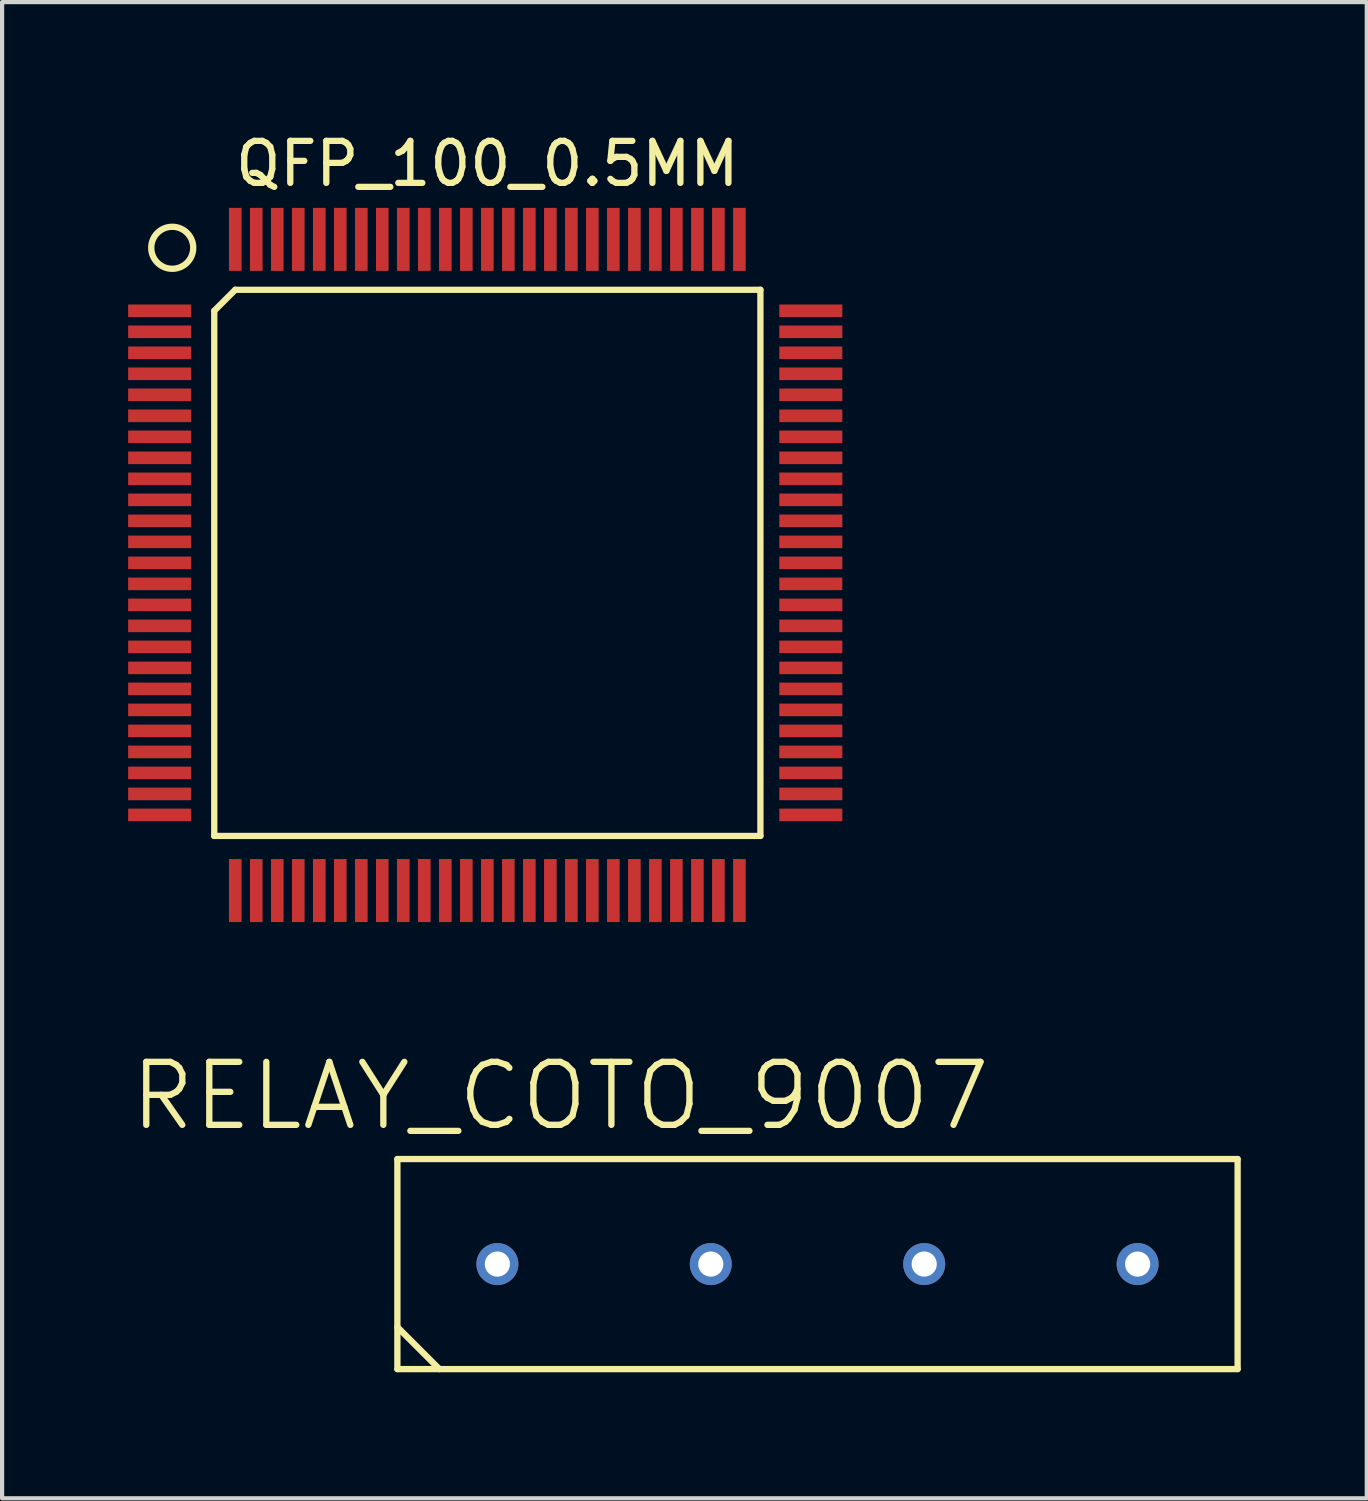
<source format=kicad_pcb>
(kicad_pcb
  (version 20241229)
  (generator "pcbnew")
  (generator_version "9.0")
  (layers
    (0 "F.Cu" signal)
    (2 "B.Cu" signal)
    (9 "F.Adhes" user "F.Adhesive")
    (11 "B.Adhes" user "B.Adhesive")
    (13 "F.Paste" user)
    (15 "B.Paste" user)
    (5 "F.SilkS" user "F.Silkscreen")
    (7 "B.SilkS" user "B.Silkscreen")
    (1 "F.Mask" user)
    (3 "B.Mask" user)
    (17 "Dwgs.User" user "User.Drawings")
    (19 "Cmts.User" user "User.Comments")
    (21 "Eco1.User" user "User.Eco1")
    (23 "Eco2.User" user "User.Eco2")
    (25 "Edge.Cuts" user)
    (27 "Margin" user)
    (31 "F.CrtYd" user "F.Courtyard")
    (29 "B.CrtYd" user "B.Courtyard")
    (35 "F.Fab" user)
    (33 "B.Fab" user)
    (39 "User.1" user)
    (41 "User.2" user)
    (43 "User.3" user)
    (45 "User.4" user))
  (footprint "QFP_100_0.5MM"
    (layer "F.Cu")
    (at 8.55 10.348)
    (property "Reference" "QFP_100_0.5MM" (at 0 -9.5 0) (layer "F.SilkS") (effects (font (size 1 1) (thickness 0.15))))
    (attr through_hole)
    (fp_line (start -6.5 -6) (end -6.5 6.5) (stroke (width 0.15) (type solid)) (layer "F.SilkS"))
    (fp_line (start -6.5 6.5) (end 6.5 6.5) (stroke (width 0.15) (type solid)) (layer "F.SilkS"))
    (fp_line (start -6 -6.5) (end -6.5 -6) (stroke (width 0.15) (type solid)) (layer "F.SilkS"))
    (fp_line (start 6.5 -6.5) (end -6 -6.5) (stroke (width 0.15) (type solid)) (layer "F.SilkS"))
    (fp_line (start 6.5 6.5) (end 6.5 -6.5) (stroke (width 0.15) (type solid)) (layer "F.SilkS"))
    (fp_circle (center -7.5 -7.5) (end -8 -7.5) (stroke (width 0.15) (type solid)) (fill no) (layer "F.SilkS"))
    (pad "1" smd rect (at -7.8 -6) (size 1.5 0.3) (layers "F.Cu" "F.Mask" "F.Paste"))
    (pad "2" smd rect (at -7.8 -5.5) (size 1.5 0.3) (layers "F.Cu" "F.Mask" "F.Paste"))
    (pad "3" smd rect (at -7.8 -5) (size 1.5 0.3) (layers "F.Cu" "F.Mask" "F.Paste"))
    (pad "4" smd rect (at -7.8 -4.5) (size 1.5 0.3) (layers "F.Cu" "F.Mask" "F.Paste"))
    (pad "5" smd rect (at -7.8 -4) (size 1.5 0.3) (layers "F.Cu" "F.Mask" "F.Paste"))
    (pad "6" smd rect (at -7.8 -3.5) (size 1.5 0.3) (layers "F.Cu" "F.Mask" "F.Paste"))
    (pad "7" smd rect (at -7.8 -3) (size 1.5 0.3) (layers "F.Cu" "F.Mask" "F.Paste"))
    (pad "8" smd rect (at -7.8 -2.5) (size 1.5 0.3) (layers "F.Cu" "F.Mask" "F.Paste"))
    (pad "9" smd rect (at -7.8 -2) (size 1.5 0.3) (layers "F.Cu" "F.Mask" "F.Paste"))
    (pad "10" smd rect (at -7.8 -1.5) (size 1.5 0.3) (layers "F.Cu" "F.Mask" "F.Paste"))
    (pad "11" smd rect (at -7.8 -1) (size 1.5 0.3) (layers "F.Cu" "F.Mask" "F.Paste"))
    (pad "12" smd rect (at -7.8 -0.5) (size 1.5 0.3) (layers "F.Cu" "F.Mask" "F.Paste"))
    (pad "13" smd rect (at -7.8 0) (size 1.5 0.3) (layers "F.Cu" "F.Mask" "F.Paste"))
    (pad "14" smd rect (at -7.8 0.5) (size 1.5 0.3) (layers "F.Cu" "F.Mask" "F.Paste"))
    (pad "15" smd rect (at -7.8 1) (size 1.5 0.3) (layers "F.Cu" "F.Mask" "F.Paste"))
    (pad "16" smd rect (at -7.8 1.5) (size 1.5 0.3) (layers "F.Cu" "F.Mask" "F.Paste"))
    (pad "17" smd rect (at -7.8 2) (size 1.5 0.3) (layers "F.Cu" "F.Mask" "F.Paste"))
    (pad "18" smd rect (at -7.8 2.5) (size 1.5 0.3) (layers "F.Cu" "F.Mask" "F.Paste"))
    (pad "19" smd rect (at -7.8 3) (size 1.5 0.3) (layers "F.Cu" "F.Mask" "F.Paste"))
    (pad "20" smd rect (at -7.8 3.5) (size 1.5 0.3) (layers "F.Cu" "F.Mask" "F.Paste"))
    (pad "21" smd rect (at -7.8 4) (size 1.5 0.3) (layers "F.Cu" "F.Mask" "F.Paste"))
    (pad "22" smd rect (at -7.8 4.5) (size 1.5 0.3) (layers "F.Cu" "F.Mask" "F.Paste"))
    (pad "23" smd rect (at -7.8 5) (size 1.5 0.3) (layers "F.Cu" "F.Mask" "F.Paste"))
    (pad "24" smd rect (at -7.8 5.5) (size 1.5 0.3) (layers "F.Cu" "F.Mask" "F.Paste"))
    (pad "25" smd rect (at -7.8 6) (size 1.5 0.3) (layers "F.Cu" "F.Mask" "F.Paste"))
    (pad "26" smd rect (at -6 7.8 90) (size 1.5 0.3) (layers "F.Cu" "F.Mask" "F.Paste"))
    (pad "27" smd rect (at -5.5 7.8 90) (size 1.5 0.3) (layers "F.Cu" "F.Mask" "F.Paste"))
    (pad "28" smd rect (at -5 7.8 90) (size 1.5 0.3) (layers "F.Cu" "F.Mask" "F.Paste"))
    (pad "29" smd rect (at -4.5 7.8 90) (size 1.5 0.3) (layers "F.Cu" "F.Mask" "F.Paste"))
    (pad "30" smd rect (at -4 7.8 90) (size 1.5 0.3) (layers "F.Cu" "F.Mask" "F.Paste"))
    (pad "31" smd rect (at -3.5 7.8 90) (size 1.5 0.3) (layers "F.Cu" "F.Mask" "F.Paste"))
    (pad "32" smd rect (at -3 7.8 90) (size 1.5 0.3) (layers "F.Cu" "F.Mask" "F.Paste"))
    (pad "33" smd rect (at -2.5 7.8 90) (size 1.5 0.3) (layers "F.Cu" "F.Mask" "F.Paste"))
    (pad "34" smd rect (at -2 7.8 90) (size 1.5 0.3) (layers "F.Cu" "F.Mask" "F.Paste"))
    (pad "35" smd rect (at -1.5 7.8 90) (size 1.5 0.3) (layers "F.Cu" "F.Mask" "F.Paste"))
    (pad "36" smd rect (at -1 7.8 90) (size 1.5 0.3) (layers "F.Cu" "F.Mask" "F.Paste"))
    (pad "37" smd rect (at -0.5 7.8 90) (size 1.5 0.3) (layers "F.Cu" "F.Mask" "F.Paste"))
    (pad "38" smd rect (at 0 7.8 90) (size 1.5 0.3) (layers "F.Cu" "F.Mask" "F.Paste"))
    (pad "39" smd rect (at 0.5 7.8 90) (size 1.5 0.3) (layers "F.Cu" "F.Mask" "F.Paste"))
    (pad "40" smd rect (at 1 7.8 90) (size 1.5 0.3) (layers "F.Cu" "F.Mask" "F.Paste"))
    (pad "41" smd rect (at 1.5 7.8 90) (size 1.5 0.3) (layers "F.Cu" "F.Mask" "F.Paste"))
    (pad "42" smd rect (at 2 7.8 90) (size 1.5 0.3) (layers "F.Cu" "F.Mask" "F.Paste"))
    (pad "43" smd rect (at 2.5 7.8 90) (size 1.5 0.3) (layers "F.Cu" "F.Mask" "F.Paste"))
    (pad "44" smd rect (at 3 7.8 90) (size 1.5 0.3) (layers "F.Cu" "F.Mask" "F.Paste"))
    (pad "45" smd rect (at 3.5 7.8 90) (size 1.5 0.3) (layers "F.Cu" "F.Mask" "F.Paste"))
    (pad "46" smd rect (at 4 7.8 90) (size 1.5 0.3) (layers "F.Cu" "F.Mask" "F.Paste"))
    (pad "47" smd rect (at 4.5 7.8 90) (size 1.5 0.3) (layers "F.Cu" "F.Mask" "F.Paste"))
    (pad "48" smd rect (at 5 7.8 90) (size 1.5 0.3) (layers "F.Cu" "F.Mask" "F.Paste"))
    (pad "49" smd rect (at 5.5 7.8 90) (size 1.5 0.3) (layers "F.Cu" "F.Mask" "F.Paste"))
    (pad "50" smd rect (at 6 7.8 90) (size 1.5 0.3) (layers "F.Cu" "F.Mask" "F.Paste"))
    (pad "51" smd rect (at 7.7 6) (size 1.5 0.3) (layers "F.Cu" "F.Mask" "F.Paste"))
    (pad "52" smd rect (at 7.7 5.5) (size 1.5 0.3) (layers "F.Cu" "F.Mask" "F.Paste"))
    (pad "53" smd rect (at 7.7 5) (size 1.5 0.3) (layers "F.Cu" "F.Mask" "F.Paste"))
    (pad "54" smd rect (at 7.7 4.5) (size 1.5 0.3) (layers "F.Cu" "F.Mask" "F.Paste"))
    (pad "55" smd rect (at 7.7 4) (size 1.5 0.3) (layers "F.Cu" "F.Mask" "F.Paste"))
    (pad "56" smd rect (at 7.7 3.5) (size 1.5 0.3) (layers "F.Cu" "F.Mask" "F.Paste"))
    (pad "57" smd rect (at 7.7 3) (size 1.5 0.3) (layers "F.Cu" "F.Mask" "F.Paste"))
    (pad "58" smd rect (at 7.7 2.5) (size 1.5 0.3) (layers "F.Cu" "F.Mask" "F.Paste"))
    (pad "59" smd rect (at 7.7 2) (size 1.5 0.3) (layers "F.Cu" "F.Mask" "F.Paste"))
    (pad "60" smd rect (at 7.7 1.5) (size 1.5 0.3) (layers "F.Cu" "F.Mask" "F.Paste"))
    (pad "61" smd rect (at 7.7 1) (size 1.5 0.3) (layers "F.Cu" "F.Mask" "F.Paste"))
    (pad "62" smd rect (at 7.7 0.5) (size 1.5 0.3) (layers "F.Cu" "F.Mask" "F.Paste"))
    (pad "63" smd rect (at 7.7 0) (size 1.5 0.3) (layers "F.Cu" "F.Mask" "F.Paste"))
    (pad "64" smd rect (at 7.7 -0.5) (size 1.5 0.3) (layers "F.Cu" "F.Mask" "F.Paste"))
    (pad "65" smd rect (at 7.7 -1) (size 1.5 0.3) (layers "F.Cu" "F.Mask" "F.Paste"))
    (pad "66" smd rect (at 7.7 -1.5) (size 1.5 0.3) (layers "F.Cu" "F.Mask" "F.Paste"))
    (pad "67" smd rect (at 7.7 -2) (size 1.5 0.3) (layers "F.Cu" "F.Mask" "F.Paste"))
    (pad "68" smd rect (at 7.7 -2.5) (size 1.5 0.3) (layers "F.Cu" "F.Mask" "F.Paste"))
    (pad "69" smd rect (at 7.7 -3) (size 1.5 0.3) (layers "F.Cu" "F.Mask" "F.Paste"))
    (pad "70" smd rect (at 7.7 -3.5) (size 1.5 0.3) (layers "F.Cu" "F.Mask" "F.Paste"))
    (pad "71" smd rect (at 7.7 -4) (size 1.5 0.3) (layers "F.Cu" "F.Mask" "F.Paste"))
    (pad "72" smd rect (at 7.7 -4.5) (size 1.5 0.3) (layers "F.Cu" "F.Mask" "F.Paste"))
    (pad "73" smd rect (at 7.7 -5) (size 1.5 0.3) (layers "F.Cu" "F.Mask" "F.Paste"))
    (pad "74" smd rect (at 7.7 -5.5) (size 1.5 0.3) (layers "F.Cu" "F.Mask" "F.Paste"))
    (pad "75" smd rect (at 7.7 -6) (size 1.5 0.3) (layers "F.Cu" "F.Mask" "F.Paste"))
    (pad "76" smd rect (at 6 -7.7 90) (size 1.5 0.3) (layers "F.Cu" "F.Mask" "F.Paste"))
    (pad "77" smd rect (at 5.5 -7.7 90) (size 1.5 0.3) (layers "F.Cu" "F.Mask" "F.Paste"))
    (pad "78" smd rect (at 5 -7.7 90) (size 1.5 0.3) (layers "F.Cu" "F.Mask" "F.Paste"))
    (pad "79" smd rect (at 4.5 -7.7 90) (size 1.5 0.3) (layers "F.Cu" "F.Mask" "F.Paste"))
    (pad "80" smd rect (at 4 -7.7 90) (size 1.5 0.3) (layers "F.Cu" "F.Mask" "F.Paste"))
    (pad "81" smd rect (at 3.5 -7.7 90) (size 1.5 0.3) (layers "F.Cu" "F.Mask" "F.Paste"))
    (pad "82" smd rect (at 3 -7.7 90) (size 1.5 0.3) (layers "F.Cu" "F.Mask" "F.Paste"))
    (pad "83" smd rect (at 2.5 -7.7 90) (size 1.5 0.3) (layers "F.Cu" "F.Mask" "F.Paste"))
    (pad "84" smd rect (at 2 -7.7 90) (size 1.5 0.3) (layers "F.Cu" "F.Mask" "F.Paste"))
    (pad "85" smd rect (at 1.5 -7.7 90) (size 1.5 0.3) (layers "F.Cu" "F.Mask" "F.Paste"))
    (pad "86" smd rect (at 1 -7.7 90) (size 1.5 0.3) (layers "F.Cu" "F.Mask" "F.Paste"))
    (pad "87" smd rect (at 0.5 -7.7 90) (size 1.5 0.3) (layers "F.Cu" "F.Mask" "F.Paste"))
    (pad "88" smd rect (at 0 -7.7 90) (size 1.5 0.3) (layers "F.Cu" "F.Mask" "F.Paste"))
    (pad "89" smd rect (at -0.5 -7.7 90) (size 1.5 0.3) (layers "F.Cu" "F.Mask" "F.Paste"))
    (pad "90" smd rect (at -1 -7.7 90) (size 1.5 0.3) (layers "F.Cu" "F.Mask" "F.Paste"))
    (pad "91" smd rect (at -1.5 -7.7 90) (size 1.5 0.3) (layers "F.Cu" "F.Mask" "F.Paste"))
    (pad "92" smd rect (at -2 -7.7 90) (size 1.5 0.3) (layers "F.Cu" "F.Mask" "F.Paste"))
    (pad "93" smd rect (at -2.5 -7.7 90) (size 1.5 0.3) (layers "F.Cu" "F.Mask" "F.Paste"))
    (pad "94" smd rect (at -3 -7.7 90) (size 1.5 0.3) (layers "F.Cu" "F.Mask" "F.Paste"))
    (pad "95" smd rect (at -3.5 -7.7 90) (size 1.5 0.3) (layers "F.Cu" "F.Mask" "F.Paste"))
    (pad "96" smd rect (at -4 -7.7 90) (size 1.5 0.3) (layers "F.Cu" "F.Mask" "F.Paste"))
    (pad "97" smd rect (at -4.5 -7.7 90) (size 1.5 0.3) (layers "F.Cu" "F.Mask" "F.Paste"))
    (pad "98" smd rect (at -5 -7.7 90) (size 1.5 0.3) (layers "F.Cu" "F.Mask" "F.Paste"))
    (pad "99" smd rect (at -5.5 -7.7 90) (size 1.5 0.3) (layers "F.Cu" "F.Mask" "F.Paste"))
    (pad "100" smd rect (at -6 -7.7 90) (size 1.5 0.3) (layers "F.Cu" "F.Mask" "F.Paste")))
  (footprint "RELAY_COTO_9007"
    (layer "F.Cu")
    (at 16.409 27.039)
    (property "Reference" "RELAY_COTO_9007" (at -6.12 -4 0) (layer "F.SilkS") (effects (font (size 1.5 1.5) (thickness 0.15))))
    (attr through_hole)
    (fp_line (start -10 -2.5) (end 10 -2.5) (stroke (width 0.15) (type solid)) (layer "F.SilkS"))
    (fp_line (start -10 1.5) (end -9 2.5) (stroke (width 0.15) (type solid)) (layer "F.SilkS"))
    (fp_line (start -10 2.5) (end -10 -2.5) (stroke (width 0.15) (type solid)) (layer "F.SilkS"))
    (fp_line (start 10 -2.5) (end 10 2.5) (stroke (width 0.15) (type solid)) (layer "F.SilkS"))
    (fp_line (start 10 2.5) (end -10 2.5) (stroke (width 0.15) (type solid)) (layer "F.SilkS"))
    (pad "1" thru_hole circle (at -7.62 0) (size 1 1) (drill 0.6) (layers "*.Cu" "*.Mask"))
    (pad "2" thru_hole circle (at -2.54 0) (size 1 1) (drill 0.6) (layers "*.Cu" "*.Mask"))
    (pad "3" thru_hole circle (at 2.54 0) (size 1 1) (drill 0.6) (layers "*.Cu" "*.Mask"))
    (pad "4" thru_hole circle (at 7.62 0) (size 1 1) (drill 0.6) (layers "*.Cu" "*.Mask")))
  (gr_rect
    (start -3 -3)
    (end 29.484 32.614)
    (stroke (width 0.1) (type default))
    (fill no)
    (layer "Edge.Cuts")))
</source>
